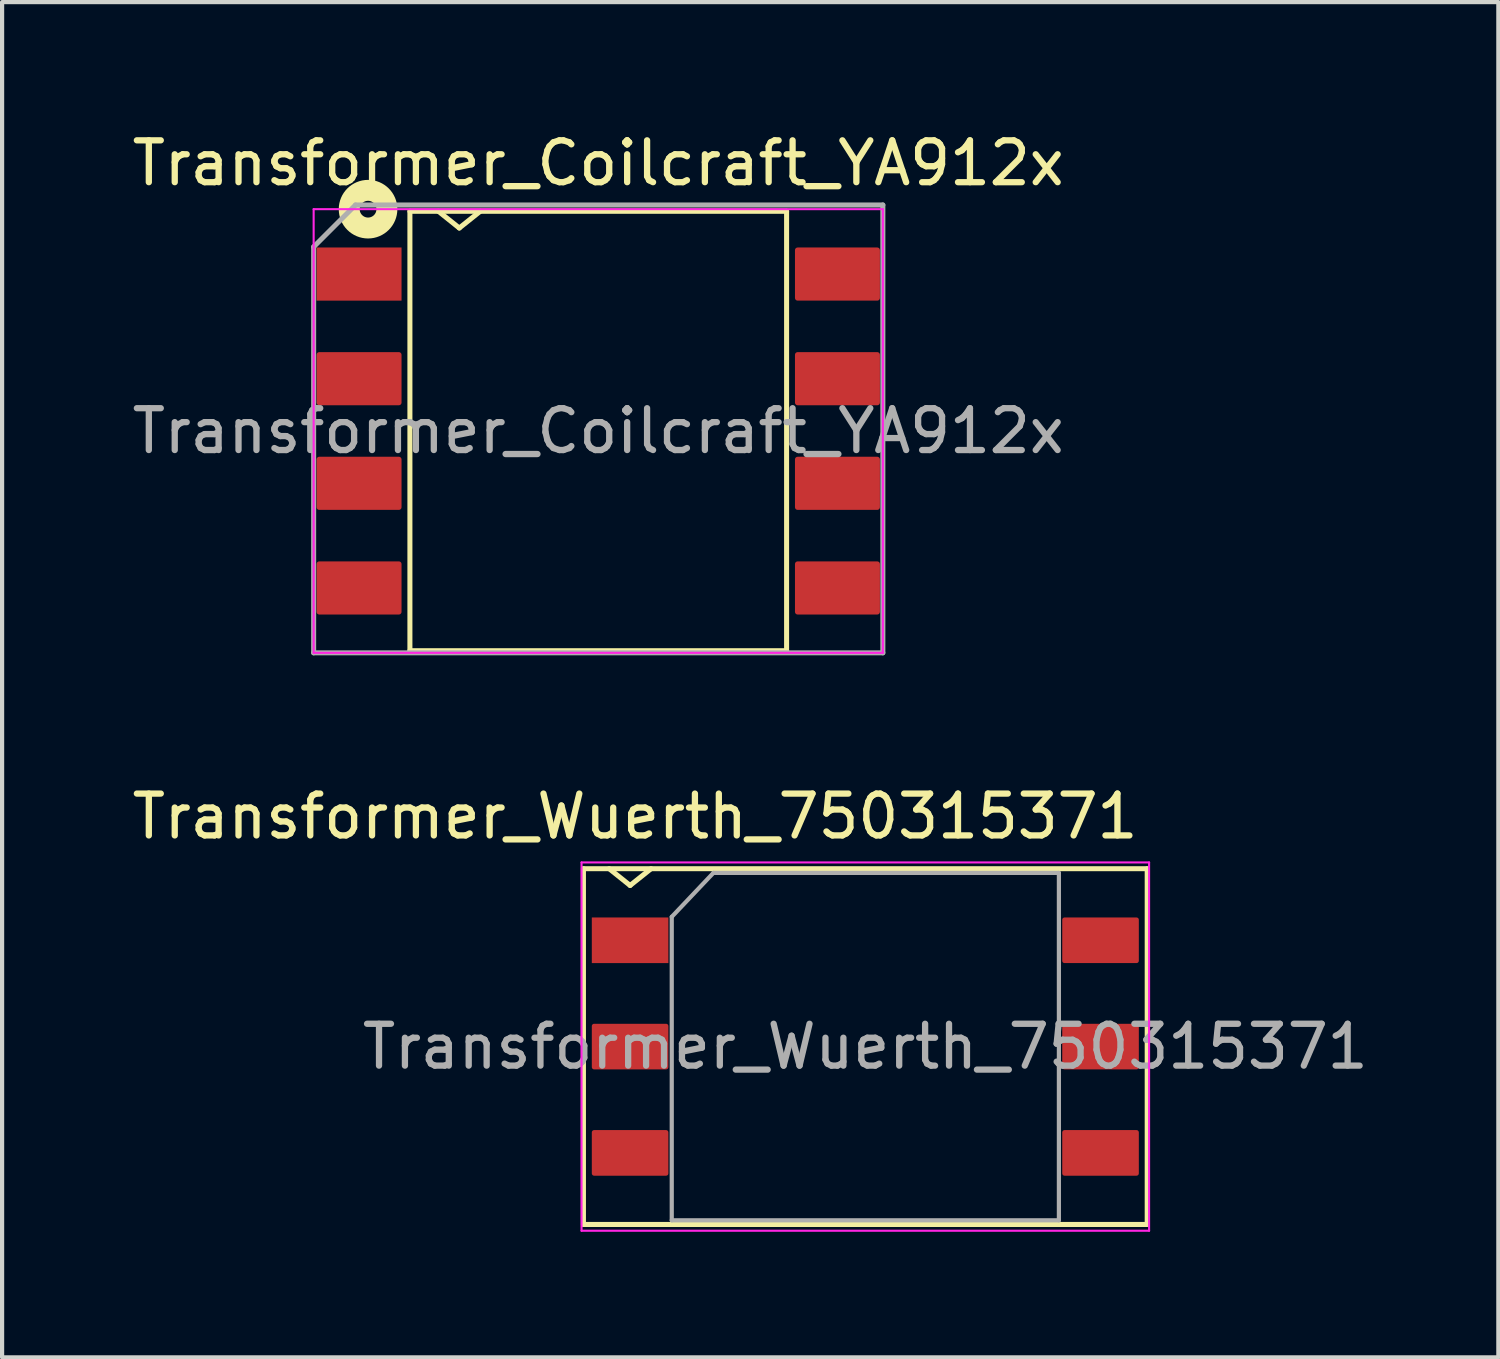
<source format=kicad_pcb>
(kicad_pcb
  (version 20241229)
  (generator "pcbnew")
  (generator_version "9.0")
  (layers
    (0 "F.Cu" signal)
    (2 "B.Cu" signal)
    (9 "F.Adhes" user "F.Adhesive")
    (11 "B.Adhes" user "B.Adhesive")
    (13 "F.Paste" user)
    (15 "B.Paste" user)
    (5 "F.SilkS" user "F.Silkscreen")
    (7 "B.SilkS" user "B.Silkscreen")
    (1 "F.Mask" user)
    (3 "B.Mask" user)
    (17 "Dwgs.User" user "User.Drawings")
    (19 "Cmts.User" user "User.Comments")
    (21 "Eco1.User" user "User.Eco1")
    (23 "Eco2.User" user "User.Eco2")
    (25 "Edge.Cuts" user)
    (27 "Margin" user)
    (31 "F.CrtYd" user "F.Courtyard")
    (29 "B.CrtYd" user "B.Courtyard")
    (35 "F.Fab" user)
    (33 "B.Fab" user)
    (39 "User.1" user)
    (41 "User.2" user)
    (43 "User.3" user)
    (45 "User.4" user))
  (footprint "Transformer_Wuerth_750315371"
    (layer "F.Cu")
    (at 17.625 21.956)
    (property "Reference" "Transformer_Wuerth_750315371" (at -5.5 -5.5 0) (layer "F.SilkS") (effects (font (size 1 1) (thickness 0.15))))
    (attr smd)
    (fp_line (start -6.735 -4.25) (end 6.735 -4.25) (stroke (width 0.12) (type solid)) (layer "F.SilkS"))
    (fp_line (start -6.735 4.25) (end -6.735 -4.25) (stroke (width 0.12) (type solid)) (layer "F.SilkS"))
    (fp_line (start -6.12 -4.25) (end -5.62 -3.85) (stroke (width 0.12) (type solid)) (layer "F.SilkS"))
    (fp_line (start -5.62 -3.85) (end -5.12 -4.25) (stroke (width 0.12) (type solid)) (layer "F.SilkS"))
    (fp_line (start 6.735 -4.25) (end 6.735 4.25) (stroke (width 0.12) (type solid)) (layer "F.SilkS"))
    (fp_line (start 6.735 4.25) (end -6.735 4.25) (stroke (width 0.12) (type solid)) (layer "F.SilkS"))
    (fp_line (start -6.78 -4.4) (end 6.78 -4.4) (stroke (width 0.05) (type solid)) (layer "F.CrtYd"))
    (fp_line (start -6.78 4.4) (end -6.78 -4.4) (stroke (width 0.05) (type solid)) (layer "F.CrtYd"))
    (fp_line (start 6.78 -4.4) (end 6.78 4.4) (stroke (width 0.05) (type solid)) (layer "F.CrtYd"))
    (fp_line (start 6.78 4.4) (end -6.78 4.4) (stroke (width 0.05) (type solid)) (layer "F.CrtYd"))
    (fp_line (start -4.625 -3.1) (end -3.63 -4.15) (stroke (width 0.1) (type solid)) (layer "F.Fab"))
    (fp_line (start -4.625 4.15) (end -4.625 -3.1) (stroke (width 0.1) (type solid)) (layer "F.Fab"))
    (fp_line (start -3.63 -4.15) (end 4.625 -4.15) (stroke (width 0.1) (type solid)) (layer "F.Fab"))
    (fp_line (start 4.625 -4.15) (end 4.625 4.15) (stroke (width 0.1) (type solid)) (layer "F.Fab"))
    (fp_line (start 4.625 4.15) (end -4.625 4.15) (stroke (width 0.1) (type solid)) (layer "F.Fab"))
    (fp_text user "${REFERENCE}" (at 0 0 0) (layer "F.Fab") (effects (font (size 1 1) (thickness 0.15))))
    (pad "1" smd rect (at -5.62 -2.54) (size 1.83 1.09) (layers "F.Cu" "F.Mask" "F.Paste"))
    (pad "2" smd roundrect (at -5.62 0) (size 1.83 1.09) (layers "F.Cu" "F.Mask" "F.Paste") (roundrect_rratio 0.05))
    (pad "3" smd roundrect (at -5.62 2.54) (size 1.83 1.09) (layers "F.Cu" "F.Mask" "F.Paste") (roundrect_rratio 0.05))
    (pad "4" smd roundrect (at 5.62 2.54) (size 1.83 1.09) (layers "F.Cu" "F.Mask" "F.Paste") (roundrect_rratio 0.05))
    (pad "5" smd roundrect (at 5.62 0) (size 1.83 1.09) (layers "F.Cu" "F.Mask" "F.Paste") (roundrect_rratio 0.05))
    (pad "6" smd roundrect (at 5.62 -2.54) (size 1.83 1.09) (layers "F.Cu" "F.Mask" "F.Paste") (roundrect_rratio 0.05)))
  (footprint "Transformer_Coilcraft_YA912x"
    (layer "F.Cu")
    (at 11.244 7.248)
    (property "Reference" "Transformer_Coilcraft_YA912x" (at 0 -6.4 0) (layer "F.SilkS") (effects (font (size 1 1) (thickness 0.15))))
    (attr smd)
    (fp_line (start -4.5 -5.25) (end 4.5 -5.25) (stroke (width 0.12) (type solid)) (layer "F.SilkS"))
    (fp_line (start -4.5 5.25) (end -4.5 -5.25) (stroke (width 0.12) (type solid)) (layer "F.SilkS"))
    (fp_line (start -3.82 -5.25) (end -3.32 -4.85) (stroke (width 0.12) (type solid)) (layer "F.SilkS"))
    (fp_line (start -3.32 -4.85) (end -2.82 -5.25) (stroke (width 0.12) (type solid)) (layer "F.SilkS"))
    (fp_line (start 4.5 -5.25) (end 4.5 5.25) (stroke (width 0.12) (type solid)) (layer "F.SilkS"))
    (fp_line (start 4.5 5.25) (end -4.5 5.25) (stroke (width 0.12) (type solid)) (layer "F.SilkS"))
    (fp_circle (center -5.5 -5.3) (end -5.3 -5.3) (stroke (width 0.5) (type solid)) (fill no) (layer "F.SilkS"))
    (fp_line (start -6.8 -5.3) (end 6.8 -5.3) (stroke (width 0.05) (type solid)) (layer "F.CrtYd"))
    (fp_line (start -6.8 5.3) (end -6.8 -5.3) (stroke (width 0.05) (type solid)) (layer "F.CrtYd"))
    (fp_line (start 6.8 -5.3) (end 6.8 5.3) (stroke (width 0.05) (type solid)) (layer "F.CrtYd"))
    (fp_line (start 6.8 5.3) (end -6.8 5.3) (stroke (width 0.05) (type solid)) (layer "F.CrtYd"))
    (fp_line (start -6.8 -4.4) (end -5.8 -5.4) (stroke (width 0.12) (type solid)) (layer "F.Fab"))
    (fp_line (start -6.8 5.3) (end -6.8 -4.4) (stroke (width 0.12) (type solid)) (layer "F.Fab"))
    (fp_line (start -5.8 -5.4) (end 6.8 -5.4) (stroke (width 0.12) (type solid)) (layer "F.Fab"))
    (fp_line (start 6.8 -5.4) (end 6.8 5.3) (stroke (width 0.12) (type solid)) (layer "F.Fab"))
    (fp_line (start 6.8 5.3) (end -6.8 5.3) (stroke (width 0.12) (type solid)) (layer "F.Fab"))
    (fp_text user "${REFERENCE}" (at 0 0 0) (layer "F.Fab") (effects (font (size 1 1) (thickness 0.15))))
    (pad "1" smd rect (at -5.715 -3.75) (size 2.03 1.27) (layers "F.Cu" "F.Mask" "F.Paste"))
    (pad "2" smd roundrect (at -5.715 -1.25) (size 2.03 1.27) (layers "F.Cu" "F.Mask" "F.Paste") (roundrect_rratio 0.05))
    (pad "3" smd roundrect (at -5.715 1.25) (size 2.03 1.27) (layers "F.Cu" "F.Mask" "F.Paste") (roundrect_rratio 0.05))
    (pad "4" smd roundrect (at -5.715 3.75) (size 2.03 1.27) (layers "F.Cu" "F.Mask" "F.Paste") (roundrect_rratio 0.05))
    (pad "5" smd roundrect (at 5.715 3.75) (size 2.03 1.27) (layers "F.Cu" "F.Mask" "F.Paste") (roundrect_rratio 0.05))
    (pad "6" smd roundrect (at 5.715 1.25) (size 2.03 1.27) (layers "F.Cu" "F.Mask" "F.Paste") (roundrect_rratio 0.05))
    (pad "7" smd roundrect (at 5.715 -1.25) (size 2.03 1.27) (layers "F.Cu" "F.Mask" "F.Paste") (roundrect_rratio 0.05))
    (pad "8" smd roundrect (at 5.715 -3.75) (size 2.03 1.27) (layers "F.Cu" "F.Mask" "F.Paste") (roundrect_rratio 0.05)))
  (gr_rect
    (start -3 -3)
    (end 32.75 29.381)
    (stroke (width 0.1) (type default))
    (fill no)
    (layer "Edge.Cuts")))
</source>
